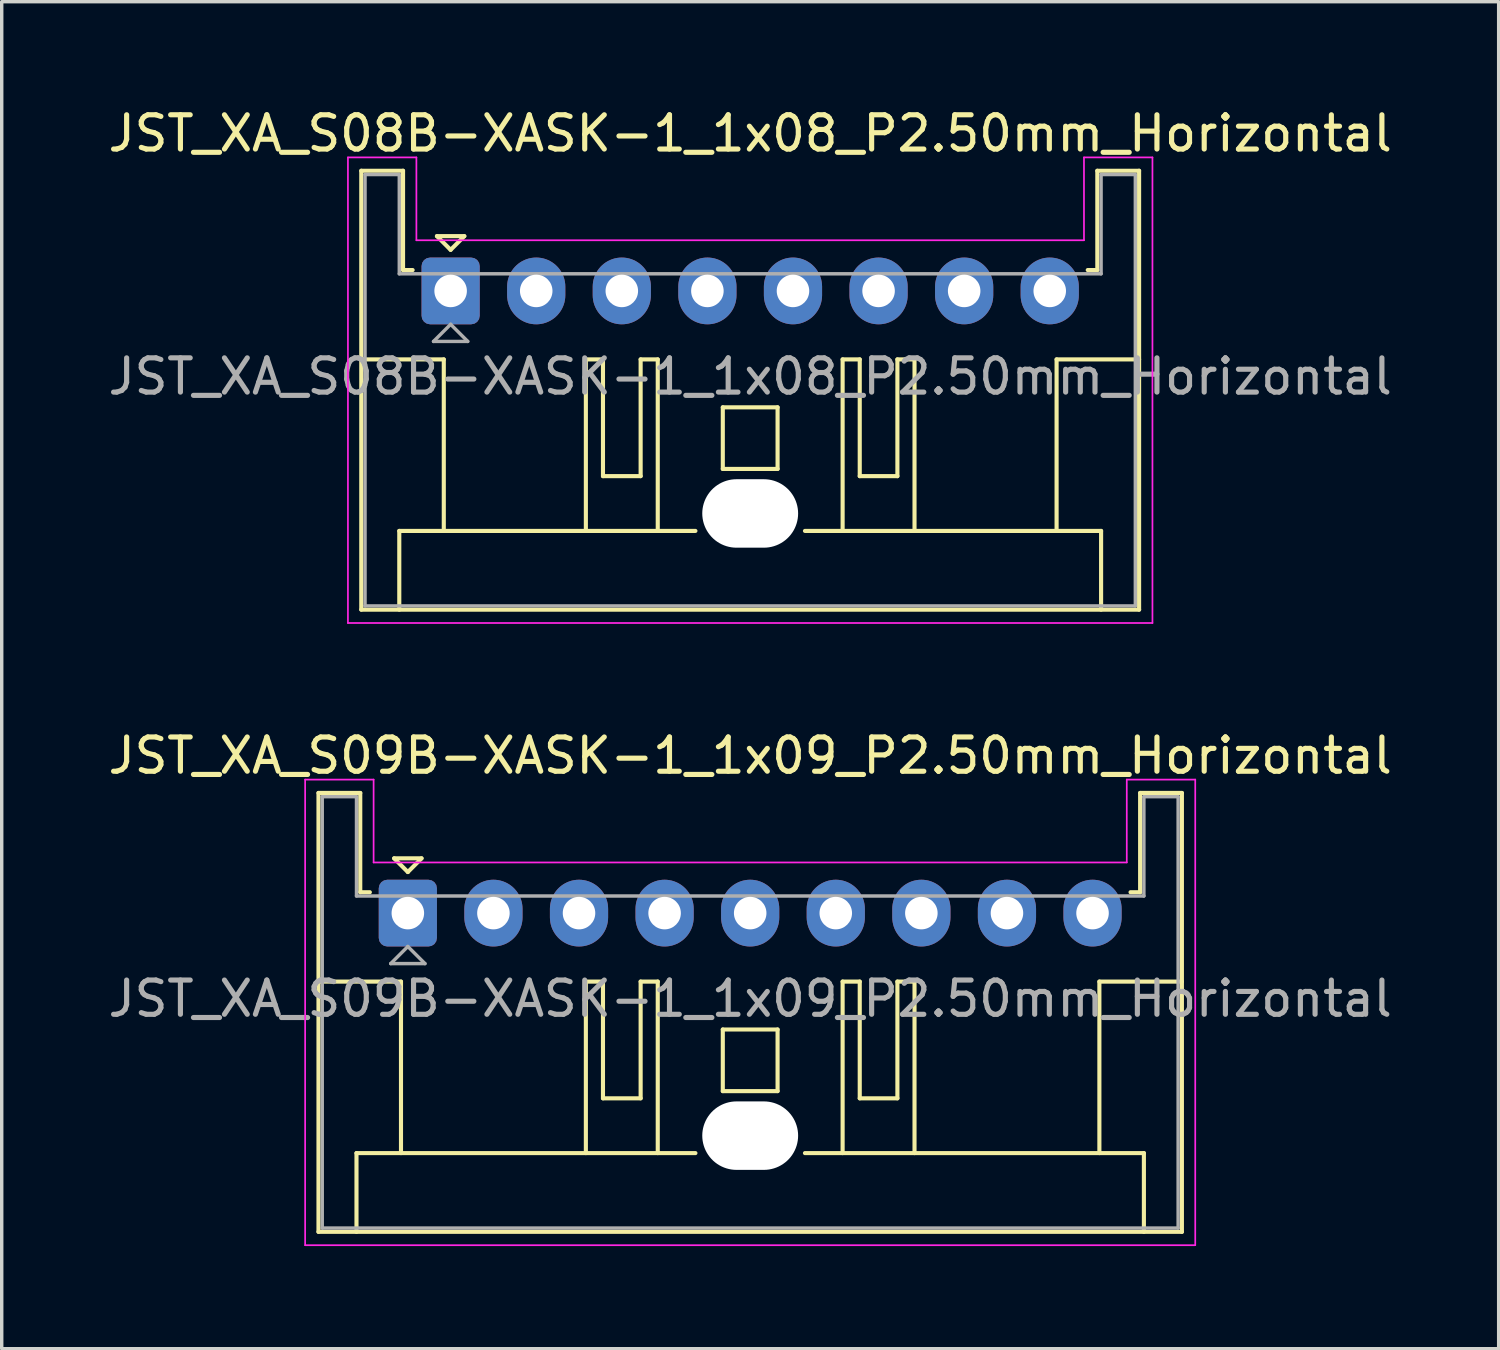
<source format=kicad_pcb>
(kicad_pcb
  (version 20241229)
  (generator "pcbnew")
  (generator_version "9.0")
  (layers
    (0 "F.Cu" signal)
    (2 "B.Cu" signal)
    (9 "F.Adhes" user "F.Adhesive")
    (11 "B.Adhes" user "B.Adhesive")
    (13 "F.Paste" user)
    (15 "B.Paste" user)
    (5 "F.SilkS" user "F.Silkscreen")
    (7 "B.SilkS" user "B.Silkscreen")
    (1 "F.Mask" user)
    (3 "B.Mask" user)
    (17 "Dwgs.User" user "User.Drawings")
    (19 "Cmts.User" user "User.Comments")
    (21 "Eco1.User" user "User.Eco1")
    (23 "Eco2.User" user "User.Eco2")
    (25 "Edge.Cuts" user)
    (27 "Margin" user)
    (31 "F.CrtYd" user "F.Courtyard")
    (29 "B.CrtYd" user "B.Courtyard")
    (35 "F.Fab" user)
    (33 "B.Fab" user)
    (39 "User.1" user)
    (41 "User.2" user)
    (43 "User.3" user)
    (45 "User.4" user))
  (footprint "JST_XA_S08B-XASK-1_1x08_P2.50mm_Horizontal"
    (layer "F.Cu")
    (at 10.113 5.448)
    (property "Reference" "JST_XA_S08B-XASK-1_1x08_P2.50mm_Horizontal" (at 8.75 -4.6 0) (layer "F.SilkS") (effects (font (size 1 1) (thickness 0.15))))
    (attr through_hole)
    (fp_line (start -2.61 -3.51) (end -2.61 9.31) (stroke (width 0.12) (type solid)) (layer "F.SilkS"))
    (fp_line (start -2.61 9.31) (end 20.11 9.31) (stroke (width 0.12) (type solid)) (layer "F.SilkS"))
    (fp_line (start -1.5 7.01) (end 7.15 7.01) (stroke (width 0.12) (type solid)) (layer "F.SilkS"))
    (fp_line (start -1.5 9.31) (end -1.5 7.01) (stroke (width 0.12) (type solid)) (layer "F.SilkS"))
    (fp_line (start -1.39 -3.51) (end -2.61 -3.51) (stroke (width 0.12) (type solid)) (layer "F.SilkS"))
    (fp_line (start -1.39 -0.61) (end -1.39 -3.51) (stroke (width 0.12) (type solid)) (layer "F.SilkS"))
    (fp_line (start -1.11 -0.61) (end -1.39 -0.61) (stroke (width 0.12) (type solid)) (layer "F.SilkS"))
    (fp_line (start -0.4 -1.6) (end 0.4 -1.6) (stroke (width 0.12) (type solid)) (layer "F.SilkS"))
    (fp_line (start -0.2 2) (end -2.61 2) (stroke (width 0.12) (type solid)) (layer "F.SilkS"))
    (fp_line (start -0.2 7.01) (end -0.2 2) (stroke (width 0.12) (type solid)) (layer "F.SilkS"))
    (fp_line (start 0 -1.2) (end -0.4 -1.6) (stroke (width 0.12) (type solid)) (layer "F.SilkS"))
    (fp_line (start 0.4 -1.6) (end 0 -1.2) (stroke (width 0.12) (type solid)) (layer "F.SilkS"))
    (fp_line (start 3.95 2) (end 3.95 7.01) (stroke (width 0.12) (type solid)) (layer "F.SilkS"))
    (fp_line (start 4.45 2) (end 3.95 2) (stroke (width 0.12) (type solid)) (layer "F.SilkS"))
    (fp_line (start 4.45 5.41) (end 4.45 2) (stroke (width 0.12) (type solid)) (layer "F.SilkS"))
    (fp_line (start 5.55 2) (end 5.55 5.41) (stroke (width 0.12) (type solid)) (layer "F.SilkS"))
    (fp_line (start 5.55 5.41) (end 4.45 5.41) (stroke (width 0.12) (type solid)) (layer "F.SilkS"))
    (fp_line (start 6.05 2) (end 5.55 2) (stroke (width 0.12) (type solid)) (layer "F.SilkS"))
    (fp_line (start 6.05 7.01) (end 6.05 2) (stroke (width 0.12) (type solid)) (layer "F.SilkS"))
    (fp_line (start 7.95 3.4) (end 9.55 3.4) (stroke (width 0.12) (type solid)) (layer "F.SilkS"))
    (fp_line (start 7.95 5.2) (end 7.95 3.4) (stroke (width 0.12) (type solid)) (layer "F.SilkS"))
    (fp_line (start 9.55 3.4) (end 9.55 5.2) (stroke (width 0.12) (type solid)) (layer "F.SilkS"))
    (fp_line (start 9.55 5.2) (end 7.95 5.2) (stroke (width 0.12) (type solid)) (layer "F.SilkS"))
    (fp_line (start 10.35 7.01) (end 19 7.01) (stroke (width 0.12) (type solid)) (layer "F.SilkS"))
    (fp_line (start 11.45 2) (end 11.95 2) (stroke (width 0.12) (type solid)) (layer "F.SilkS"))
    (fp_line (start 11.45 7.01) (end 11.45 2) (stroke (width 0.12) (type solid)) (layer "F.SilkS"))
    (fp_line (start 11.95 2) (end 11.95 5.41) (stroke (width 0.12) (type solid)) (layer "F.SilkS"))
    (fp_line (start 11.95 5.41) (end 13.05 5.41) (stroke (width 0.12) (type solid)) (layer "F.SilkS"))
    (fp_line (start 13.05 2) (end 13.55 2) (stroke (width 0.12) (type solid)) (layer "F.SilkS"))
    (fp_line (start 13.05 5.41) (end 13.05 2) (stroke (width 0.12) (type solid)) (layer "F.SilkS"))
    (fp_line (start 13.55 2) (end 13.55 7.01) (stroke (width 0.12) (type solid)) (layer "F.SilkS"))
    (fp_line (start 17.7 2) (end 20.11 2) (stroke (width 0.12) (type solid)) (layer "F.SilkS"))
    (fp_line (start 17.7 7.01) (end 17.7 2) (stroke (width 0.12) (type solid)) (layer "F.SilkS"))
    (fp_line (start 18.89 -3.51) (end 18.89 -0.61) (stroke (width 0.12) (type solid)) (layer "F.SilkS"))
    (fp_line (start 18.89 -0.61) (end 18.61 -0.61) (stroke (width 0.12) (type solid)) (layer "F.SilkS"))
    (fp_line (start 19 7.01) (end 19 9.31) (stroke (width 0.12) (type solid)) (layer "F.SilkS"))
    (fp_line (start 20.11 -3.51) (end 18.89 -3.51) (stroke (width 0.12) (type solid)) (layer "F.SilkS"))
    (fp_line (start 20.11 9.31) (end 20.11 -3.51) (stroke (width 0.12) (type solid)) (layer "F.SilkS"))
    (fp_line (start -3 -3.9) (end -3 9.7) (stroke (width 0.05) (type solid)) (layer "F.CrtYd"))
    (fp_line (start -3 9.7) (end 20.5 9.7) (stroke (width 0.05) (type solid)) (layer "F.CrtYd"))
    (fp_line (start -1 -3.9) (end -3 -3.9) (stroke (width 0.05) (type solid)) (layer "F.CrtYd"))
    (fp_line (start -1 -1.48) (end -1 -3.9) (stroke (width 0.05) (type solid)) (layer "F.CrtYd"))
    (fp_line (start 18.5 -3.9) (end 18.5 -1.48) (stroke (width 0.05) (type solid)) (layer "F.CrtYd"))
    (fp_line (start 18.5 -1.48) (end -1 -1.48) (stroke (width 0.05) (type solid)) (layer "F.CrtYd"))
    (fp_line (start 20.5 -3.9) (end 18.5 -3.9) (stroke (width 0.05) (type solid)) (layer "F.CrtYd"))
    (fp_line (start 20.5 9.7) (end 20.5 -3.9) (stroke (width 0.05) (type solid)) (layer "F.CrtYd"))
    (fp_line (start -2.5 -3.4) (end -2.5 9.2) (stroke (width 0.1) (type solid)) (layer "F.Fab"))
    (fp_line (start -2.5 9.2) (end 20 9.2) (stroke (width 0.1) (type solid)) (layer "F.Fab"))
    (fp_line (start -1.5 -3.4) (end -2.5 -3.4) (stroke (width 0.1) (type solid)) (layer "F.Fab"))
    (fp_line (start -1.5 -0.5) (end -1.5 -3.4) (stroke (width 0.1) (type solid)) (layer "F.Fab"))
    (fp_line (start -0.5 1.475) (end 0.5 1.475) (stroke (width 0.1) (type solid)) (layer "F.Fab"))
    (fp_line (start 0 0.975) (end -0.5 1.475) (stroke (width 0.1) (type solid)) (layer "F.Fab"))
    (fp_line (start 0.5 1.475) (end 0 0.975) (stroke (width 0.1) (type solid)) (layer "F.Fab"))
    (fp_line (start 19 -3.4) (end 19 -0.5) (stroke (width 0.1) (type solid)) (layer "F.Fab"))
    (fp_line (start 19 -0.5) (end -1.5 -0.5) (stroke (width 0.1) (type solid)) (layer "F.Fab"))
    (fp_line (start 20 -3.4) (end 19 -3.4) (stroke (width 0.1) (type solid)) (layer "F.Fab"))
    (fp_line (start 20 9.2) (end 20 -3.4) (stroke (width 0.1) (type solid)) (layer "F.Fab"))
    (fp_text user "${REFERENCE}" (at 8.75 2.5 0) (layer "F.Fab") (effects (font (size 1 1) (thickness 0.15))))
    (pad "" np_thru_hole oval (at 8.75 6.5) (size 2.8 2) (drill oval 2.8 2) (layers "*.Cu" "*.Mask"))
    (pad "1" thru_hole roundrect (at 0 0) (size 1.7 1.95) (drill 0.95) (layers "*.Cu" "*.Mask") (roundrect_rratio 0.147))
    (pad "2" thru_hole oval (at 2.5 0) (size 1.7 1.95) (drill 0.95) (layers "*.Cu" "*.Mask"))
    (pad "3" thru_hole oval (at 5 0) (size 1.7 1.95) (drill 0.95) (layers "*.Cu" "*.Mask"))
    (pad "4" thru_hole oval (at 7.5 0) (size 1.7 1.95) (drill 0.95) (layers "*.Cu" "*.Mask"))
    (pad "5" thru_hole oval (at 10 0) (size 1.7 1.95) (drill 0.95) (layers "*.Cu" "*.Mask"))
    (pad "6" thru_hole oval (at 12.5 0) (size 1.7 1.95) (drill 0.95) (layers "*.Cu" "*.Mask"))
    (pad "7" thru_hole oval (at 15 0) (size 1.7 1.95) (drill 0.95) (layers "*.Cu" "*.Mask"))
    (pad "8" thru_hole oval (at 17.5 0) (size 1.7 1.95) (drill 0.95) (layers "*.Cu" "*.Mask")))
  (footprint "JST_XA_S09B-XASK-1_1x09_P2.50mm_Horizontal"
    (layer "F.Cu")
    (at 8.863 23.622)
    (property "Reference" "JST_XA_S09B-XASK-1_1x09_P2.50mm_Horizontal" (at 10 -4.6 0) (layer "F.SilkS") (effects (font (size 1 1) (thickness 0.15))))
    (attr through_hole)
    (fp_line (start -2.61 -3.51) (end -2.61 9.31) (stroke (width 0.12) (type solid)) (layer "F.SilkS"))
    (fp_line (start -2.61 9.31) (end 22.61 9.31) (stroke (width 0.12) (type solid)) (layer "F.SilkS"))
    (fp_line (start -1.5 7.01) (end 8.4 7.01) (stroke (width 0.12) (type solid)) (layer "F.SilkS"))
    (fp_line (start -1.5 9.31) (end -1.5 7.01) (stroke (width 0.12) (type solid)) (layer "F.SilkS"))
    (fp_line (start -1.39 -3.51) (end -2.61 -3.51) (stroke (width 0.12) (type solid)) (layer "F.SilkS"))
    (fp_line (start -1.39 -0.61) (end -1.39 -3.51) (stroke (width 0.12) (type solid)) (layer "F.SilkS"))
    (fp_line (start -1.11 -0.61) (end -1.39 -0.61) (stroke (width 0.12) (type solid)) (layer "F.SilkS"))
    (fp_line (start -0.4 -1.6) (end 0.4 -1.6) (stroke (width 0.12) (type solid)) (layer "F.SilkS"))
    (fp_line (start -0.2 2) (end -2.61 2) (stroke (width 0.12) (type solid)) (layer "F.SilkS"))
    (fp_line (start -0.2 7.01) (end -0.2 2) (stroke (width 0.12) (type solid)) (layer "F.SilkS"))
    (fp_line (start 0 -1.2) (end -0.4 -1.6) (stroke (width 0.12) (type solid)) (layer "F.SilkS"))
    (fp_line (start 0.4 -1.6) (end 0 -1.2) (stroke (width 0.12) (type solid)) (layer "F.SilkS"))
    (fp_line (start 5.2 2) (end 5.2 7.01) (stroke (width 0.12) (type solid)) (layer "F.SilkS"))
    (fp_line (start 5.7 2) (end 5.2 2) (stroke (width 0.12) (type solid)) (layer "F.SilkS"))
    (fp_line (start 5.7 5.41) (end 5.7 2) (stroke (width 0.12) (type solid)) (layer "F.SilkS"))
    (fp_line (start 6.8 2) (end 6.8 5.41) (stroke (width 0.12) (type solid)) (layer "F.SilkS"))
    (fp_line (start 6.8 5.41) (end 5.7 5.41) (stroke (width 0.12) (type solid)) (layer "F.SilkS"))
    (fp_line (start 7.3 2) (end 6.8 2) (stroke (width 0.12) (type solid)) (layer "F.SilkS"))
    (fp_line (start 7.3 7.01) (end 7.3 2) (stroke (width 0.12) (type solid)) (layer "F.SilkS"))
    (fp_line (start 9.2 3.4) (end 10.8 3.4) (stroke (width 0.12) (type solid)) (layer "F.SilkS"))
    (fp_line (start 9.2 5.2) (end 9.2 3.4) (stroke (width 0.12) (type solid)) (layer "F.SilkS"))
    (fp_line (start 10.8 3.4) (end 10.8 5.2) (stroke (width 0.12) (type solid)) (layer "F.SilkS"))
    (fp_line (start 10.8 5.2) (end 9.2 5.2) (stroke (width 0.12) (type solid)) (layer "F.SilkS"))
    (fp_line (start 11.6 7.01) (end 21.5 7.01) (stroke (width 0.12) (type solid)) (layer "F.SilkS"))
    (fp_line (start 12.7 2) (end 13.2 2) (stroke (width 0.12) (type solid)) (layer "F.SilkS"))
    (fp_line (start 12.7 7.01) (end 12.7 2) (stroke (width 0.12) (type solid)) (layer "F.SilkS"))
    (fp_line (start 13.2 2) (end 13.2 5.41) (stroke (width 0.12) (type solid)) (layer "F.SilkS"))
    (fp_line (start 13.2 5.41) (end 14.3 5.41) (stroke (width 0.12) (type solid)) (layer "F.SilkS"))
    (fp_line (start 14.3 2) (end 14.8 2) (stroke (width 0.12) (type solid)) (layer "F.SilkS"))
    (fp_line (start 14.3 5.41) (end 14.3 2) (stroke (width 0.12) (type solid)) (layer "F.SilkS"))
    (fp_line (start 14.8 2) (end 14.8 7.01) (stroke (width 0.12) (type solid)) (layer "F.SilkS"))
    (fp_line (start 20.2 2) (end 22.61 2) (stroke (width 0.12) (type solid)) (layer "F.SilkS"))
    (fp_line (start 20.2 7.01) (end 20.2 2) (stroke (width 0.12) (type solid)) (layer "F.SilkS"))
    (fp_line (start 21.39 -3.51) (end 21.39 -0.61) (stroke (width 0.12) (type solid)) (layer "F.SilkS"))
    (fp_line (start 21.39 -0.61) (end 21.11 -0.61) (stroke (width 0.12) (type solid)) (layer "F.SilkS"))
    (fp_line (start 21.5 7.01) (end 21.5 9.31) (stroke (width 0.12) (type solid)) (layer "F.SilkS"))
    (fp_line (start 22.61 -3.51) (end 21.39 -3.51) (stroke (width 0.12) (type solid)) (layer "F.SilkS"))
    (fp_line (start 22.61 9.31) (end 22.61 -3.51) (stroke (width 0.12) (type solid)) (layer "F.SilkS"))
    (fp_line (start -3 -3.9) (end -3 9.7) (stroke (width 0.05) (type solid)) (layer "F.CrtYd"))
    (fp_line (start -3 9.7) (end 23 9.7) (stroke (width 0.05) (type solid)) (layer "F.CrtYd"))
    (fp_line (start -1 -3.9) (end -3 -3.9) (stroke (width 0.05) (type solid)) (layer "F.CrtYd"))
    (fp_line (start -1 -1.48) (end -1 -3.9) (stroke (width 0.05) (type solid)) (layer "F.CrtYd"))
    (fp_line (start 21 -3.9) (end 21 -1.48) (stroke (width 0.05) (type solid)) (layer "F.CrtYd"))
    (fp_line (start 21 -1.48) (end -1 -1.48) (stroke (width 0.05) (type solid)) (layer "F.CrtYd"))
    (fp_line (start 23 -3.9) (end 21 -3.9) (stroke (width 0.05) (type solid)) (layer "F.CrtYd"))
    (fp_line (start 23 9.7) (end 23 -3.9) (stroke (width 0.05) (type solid)) (layer "F.CrtYd"))
    (fp_line (start -2.5 -3.4) (end -2.5 9.2) (stroke (width 0.1) (type solid)) (layer "F.Fab"))
    (fp_line (start -2.5 9.2) (end 22.5 9.2) (stroke (width 0.1) (type solid)) (layer "F.Fab"))
    (fp_line (start -1.5 -3.4) (end -2.5 -3.4) (stroke (width 0.1) (type solid)) (layer "F.Fab"))
    (fp_line (start -1.5 -0.5) (end -1.5 -3.4) (stroke (width 0.1) (type solid)) (layer "F.Fab"))
    (fp_line (start -0.5 1.475) (end 0.5 1.475) (stroke (width 0.1) (type solid)) (layer "F.Fab"))
    (fp_line (start 0 0.975) (end -0.5 1.475) (stroke (width 0.1) (type solid)) (layer "F.Fab"))
    (fp_line (start 0.5 1.475) (end 0 0.975) (stroke (width 0.1) (type solid)) (layer "F.Fab"))
    (fp_line (start 21.5 -3.4) (end 21.5 -0.5) (stroke (width 0.1) (type solid)) (layer "F.Fab"))
    (fp_line (start 21.5 -0.5) (end -1.5 -0.5) (stroke (width 0.1) (type solid)) (layer "F.Fab"))
    (fp_line (start 22.5 -3.4) (end 21.5 -3.4) (stroke (width 0.1) (type solid)) (layer "F.Fab"))
    (fp_line (start 22.5 9.2) (end 22.5 -3.4) (stroke (width 0.1) (type solid)) (layer "F.Fab"))
    (fp_text user "${REFERENCE}" (at 10 2.5 0) (layer "F.Fab") (effects (font (size 1 1) (thickness 0.15))))
    (pad "" np_thru_hole oval (at 10 6.5) (size 2.8 2) (drill oval 2.8 2) (layers "*.Cu" "*.Mask"))
    (pad "1" thru_hole roundrect (at 0 0) (size 1.7 1.95) (drill 0.95) (layers "*.Cu" "*.Mask") (roundrect_rratio 0.147))
    (pad "2" thru_hole oval (at 2.5 0) (size 1.7 1.95) (drill 0.95) (layers "*.Cu" "*.Mask"))
    (pad "3" thru_hole oval (at 5 0) (size 1.7 1.95) (drill 0.95) (layers "*.Cu" "*.Mask"))
    (pad "4" thru_hole oval (at 7.5 0) (size 1.7 1.95) (drill 0.95) (layers "*.Cu" "*.Mask"))
    (pad "5" thru_hole oval (at 10 0) (size 1.7 1.95) (drill 0.95) (layers "*.Cu" "*.Mask"))
    (pad "6" thru_hole oval (at 12.5 0) (size 1.7 1.95) (drill 0.95) (layers "*.Cu" "*.Mask"))
    (pad "7" thru_hole oval (at 15 0) (size 1.7 1.95) (drill 0.95) (layers "*.Cu" "*.Mask"))
    (pad "8" thru_hole oval (at 17.5 0) (size 1.7 1.95) (drill 0.95) (layers "*.Cu" "*.Mask"))
    (pad "9" thru_hole oval (at 20 0) (size 1.7 1.95) (drill 0.95) (layers "*.Cu" "*.Mask")))
  (gr_rect
    (start -3 -3)
    (end 40.726 36.346)
    (stroke (width 0.1) (type default))
    (fill no)
    (layer "Edge.Cuts")))
</source>
